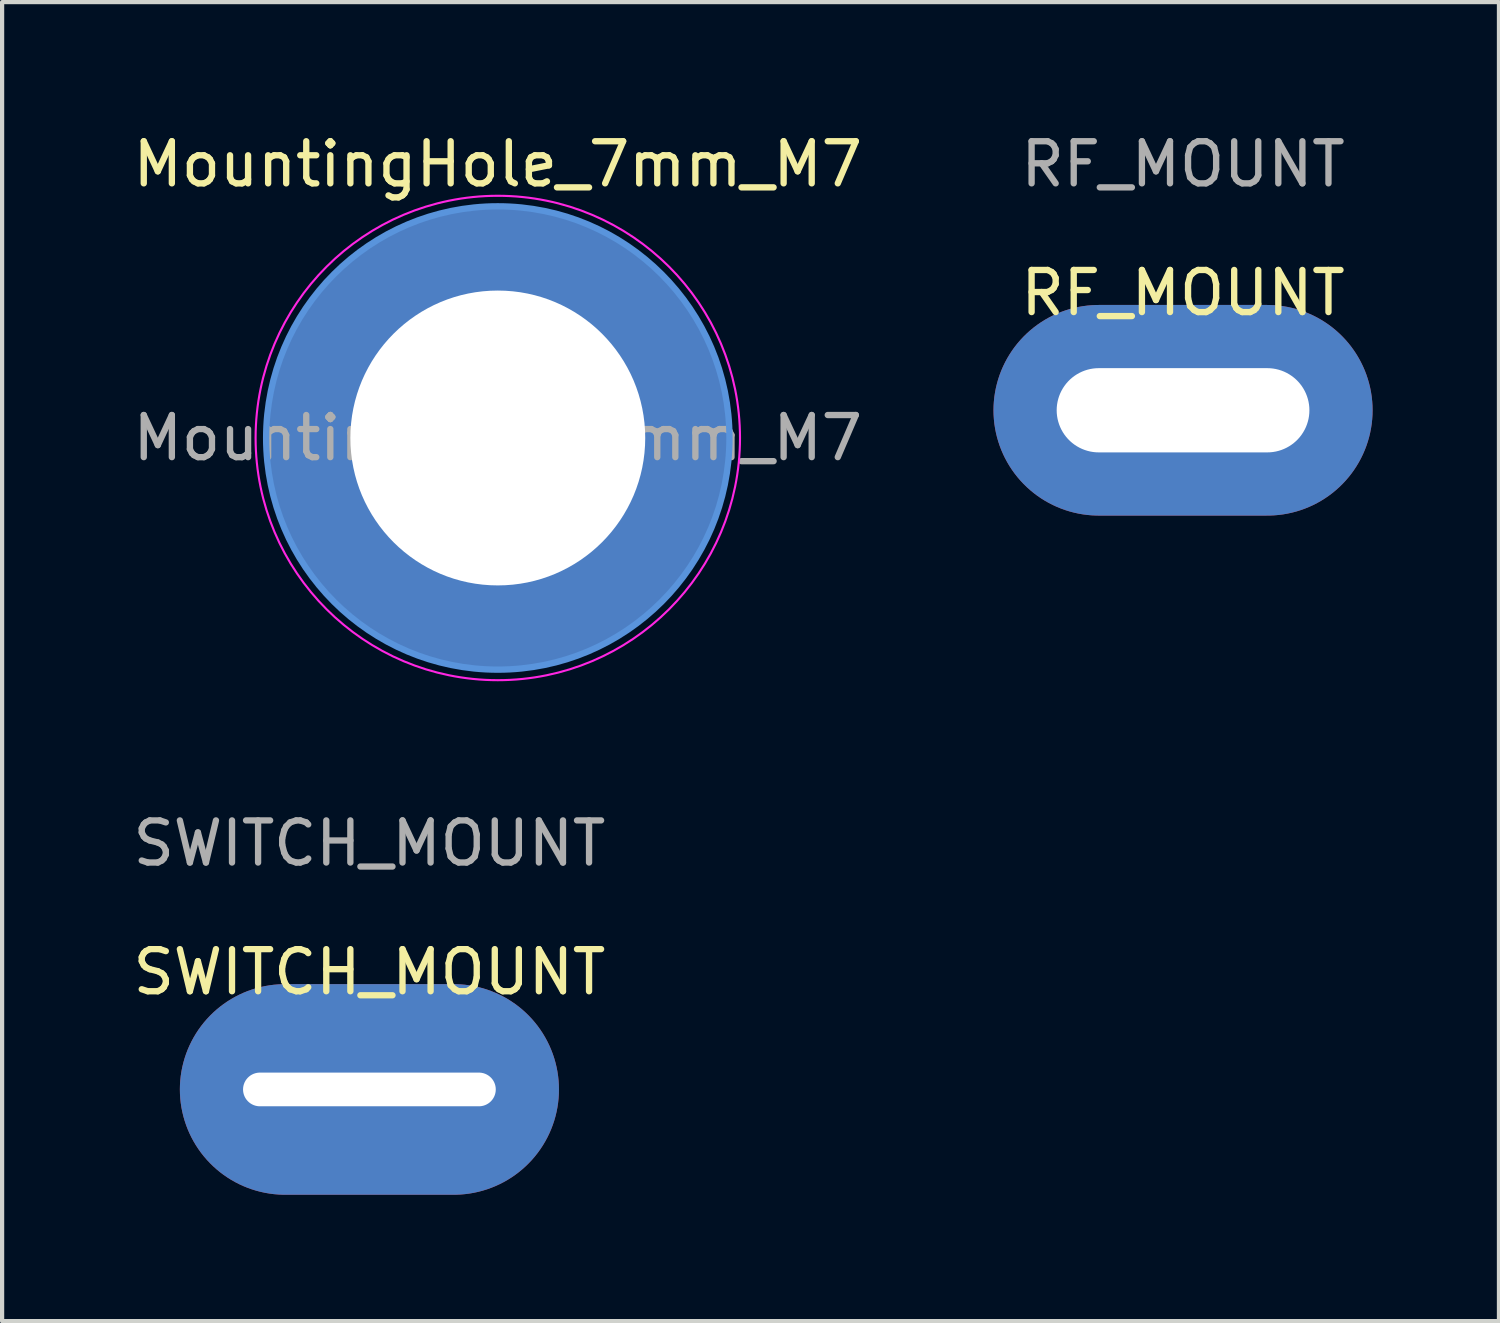
<source format=kicad_pcb>
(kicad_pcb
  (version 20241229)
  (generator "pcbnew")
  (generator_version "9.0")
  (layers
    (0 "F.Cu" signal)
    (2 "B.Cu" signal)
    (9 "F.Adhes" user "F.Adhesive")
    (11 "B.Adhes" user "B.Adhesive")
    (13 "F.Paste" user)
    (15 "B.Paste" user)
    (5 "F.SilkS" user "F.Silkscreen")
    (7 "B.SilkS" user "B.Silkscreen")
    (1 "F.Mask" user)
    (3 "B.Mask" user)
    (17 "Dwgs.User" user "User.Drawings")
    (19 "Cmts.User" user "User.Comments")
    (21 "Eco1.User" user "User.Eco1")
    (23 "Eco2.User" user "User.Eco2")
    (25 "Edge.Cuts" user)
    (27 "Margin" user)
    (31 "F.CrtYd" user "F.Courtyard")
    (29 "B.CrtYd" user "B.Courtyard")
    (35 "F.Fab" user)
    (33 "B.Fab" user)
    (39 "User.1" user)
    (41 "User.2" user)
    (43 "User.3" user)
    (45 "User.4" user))
  (footprint "RF_MOUNT"
    (layer "F.Cu")
    (at 25.036 1.356)
    (property "Reference" "RF_MOUNT" (at 0 2.548 0) (unlocked yes) (layer "F.SilkS") (effects (font (size 1 1) (thickness 0.15))))
    (attr through_hole)
    (fp_text user "${REFERENCE}" (at 0 -0.508 0) (unlocked yes) (layer "F.Fab") (effects (font (size 1 1) (thickness 0.15))))
    (pad "1" thru_hole oval (at 0 5.334) (size 9 5) (drill oval 6 2) (layers "*.Cu" "*.Mask")))
  (footprint "MountingHole_7mm_M7"
    (layer "F.Cu")
    (at 8.768 7.348)
    (property "Reference" "MountingHole_7mm_M7" (at 0 -6.5 0) (layer "F.SilkS") (effects (font (size 1 1) (thickness 0.15))))
    (attr exclude_from_pos_files exclude_from_bom)
    (fp_circle (center 0 0) (end 5.5 0) (stroke (width 0.15) (type solid)) (fill no) (layer "Cmts.User"))
    (fp_circle (center 0 0) (end 5.75 0) (stroke (width 0.05) (type solid)) (fill no) (layer "F.CrtYd"))
    (fp_text user "${REFERENCE}" (at 0 0 0) (layer "F.Fab") (effects (font (size 1 1) (thickness 0.15))))
    (pad "1" thru_hole circle (at 0 0) (size 11 11) (drill 7) (layers "*.Cu" "*.Mask")))
  (footprint "SWITCH_MOUNT"
    (layer "F.Cu")
    (at 5.72 17.48)
    (property "Reference" "SWITCH_MOUNT" (at 0 2.548 0) (unlocked yes) (layer "F.SilkS") (effects (font (size 1 1) (thickness 0.15))))
    (attr through_hole)
    (fp_text user "${REFERENCE}" (at 0 -0.508 0) (unlocked yes) (layer "F.Fab") (effects (font (size 1 1) (thickness 0.15))))
    (pad "1" thru_hole oval (at 0 5.334) (size 9 5) (drill oval 6 0.8) (layers "*.Cu" "*.Mask")))
  (gr_rect
    (start -3 -3)
    (end 32.536 28.314)
    (stroke (width 0.1) (type default))
    (fill no)
    (layer "Edge.Cuts")))
</source>
